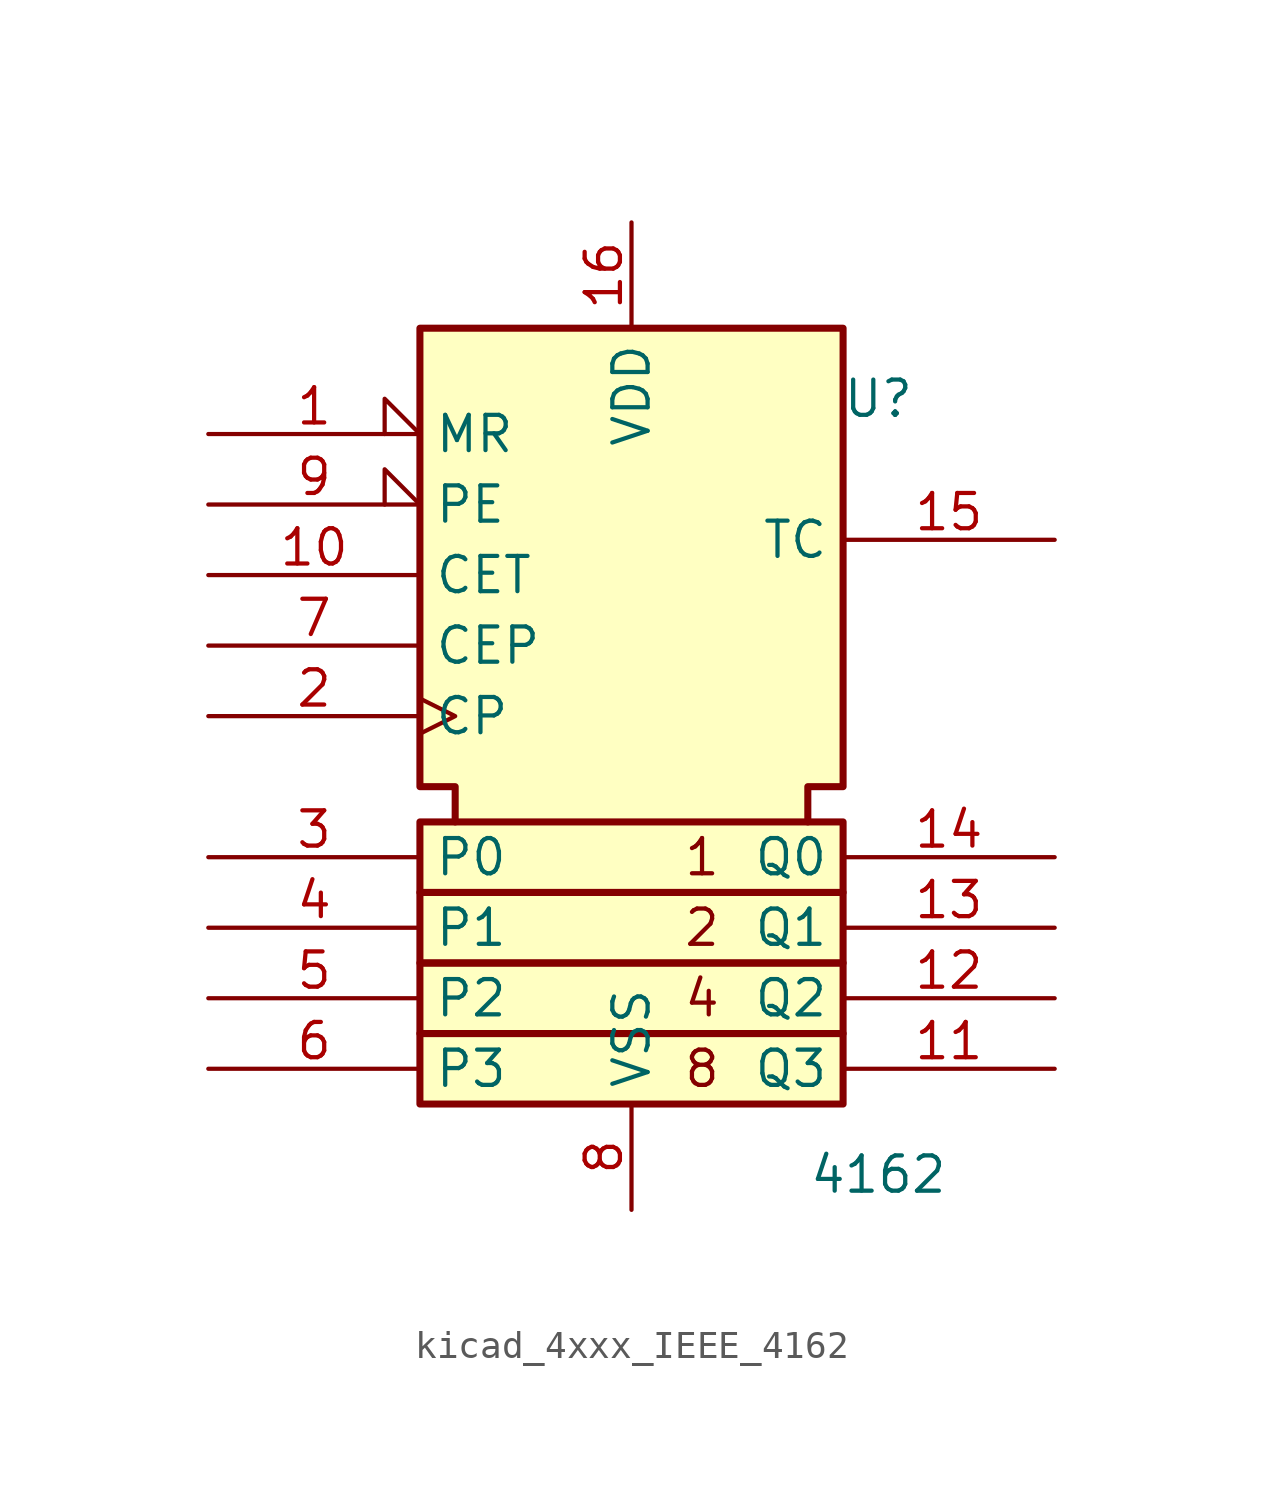
<source format=kicad_sym>
(kicad_symbol_lib
  (version 20220914)
  (generator kicad_symbol_editor)
  (symbol "kicad_4xxx_IEEE_4162"
    (property "Reference" "U"
      (at 8.89 8.89 0)
      (effects (font (size 1.27 1.27))))
    (property "Value" "4162"
      (at 8.89 -19.05 0)
      (effects (font (size 1.27 1.27))))
    (symbol "kicad_4xxx_IEEE_4162_0_0"
      (rectangle (start -7.62 -13.97) (end 7.62 -16.51) (stroke (width 0.254) (type default)) (fill (type background)))
      (rectangle (start -7.62 -11.43) (end 7.62 -13.97) (stroke (width 0.254) (type default)) (fill (type background)))
      (rectangle (start -7.62 -8.89) (end 7.62 -11.43) (stroke (width 0.254) (type default)) (fill (type background)))
      (rectangle (start -7.62 -6.35) (end 7.62 -8.89) (stroke (width 0.254) (type default)) (fill (type background)))
      (polyline (pts (xy -6.35 -6.35) (xy -6.35 -5.08) (xy -7.62 -5.08) (xy -7.62 11.43) (xy 7.62 11.43) (xy 7.62 -5.08) (xy 6.35 -5.08) (xy 6.35 -6.35) (xy 6.35 -6.35)) (stroke (width 0.254) (type default)) (fill (type background)))
      (text "1" (at 2.54 -7.62 0) (effects (font (size 1.27 1.27))))
      (text "2" (at 2.54 -10.16 0) (effects (font (size 1.27 1.27))))
      (text "4" (at 2.54 -12.7 0) (effects (font (size 1.27 1.27))))
      (text "8" (at 2.54 -15.24 0) (effects (font (size 1.27 1.27)))))
    (symbol "kicad_4xxx_IEEE_4162_1_1"
      (pin input input_low (at -15.24 7.62 0) (length 7.62) (name "MR" (effects (font (size 1.27 1.27)))) (number "1" (effects (font (size 1.27 1.27)))))
      (pin input line (at -15.24 2.54 0) (length 7.62) (name "CET" (effects (font (size 1.27 1.27)))) (number "10" (effects (font (size 1.27 1.27)))))
      (pin output line (at 15.24 -15.24 180) (length 7.62) (name "Q3" (effects (font (size 1.27 1.27)))) (number "11" (effects (font (size 1.27 1.27)))))
      (pin output line (at 15.24 -12.7 180) (length 7.62) (name "Q2" (effects (font (size 1.27 1.27)))) (number "12" (effects (font (size 1.27 1.27)))))
      (pin output line (at 15.24 -10.16 180) (length 7.62) (name "Q1" (effects (font (size 1.27 1.27)))) (number "13" (effects (font (size 1.27 1.27)))))
      (pin output line (at 15.24 -7.62 180) (length 7.62) (name "Q0" (effects (font (size 1.27 1.27)))) (number "14" (effects (font (size 1.27 1.27)))))
      (pin output line (at 15.24 3.81 180) (length 7.62) (name "TC" (effects (font (size 1.27 1.27)))) (number "15" (effects (font (size 1.27 1.27)))))
      (pin power_in line (at 0 15.24 270) (length 3.81) (name "VDD" (effects (font (size 1.27 1.27)))) (number "16" (effects (font (size 1.27 1.27)))))
      (pin input clock (at -15.24 -2.54 0) (length 7.62) (name "CP" (effects (font (size 1.27 1.27)))) (number "2" (effects (font (size 1.27 1.27)))))
      (pin input line (at -15.24 -7.62 0) (length 7.62) (name "P0" (effects (font (size 1.27 1.27)))) (number "3" (effects (font (size 1.27 1.27)))))
      (pin input line (at -15.24 -10.16 0) (length 7.62) (name "P1" (effects (font (size 1.27 1.27)))) (number "4" (effects (font (size 1.27 1.27)))))
      (pin input line (at -15.24 -12.7 0) (length 7.62) (name "P2" (effects (font (size 1.27 1.27)))) (number "5" (effects (font (size 1.27 1.27)))))
      (pin input line (at -15.24 -15.24 0) (length 7.62) (name "P3" (effects (font (size 1.27 1.27)))) (number "6" (effects (font (size 1.27 1.27)))))
      (pin input line (at -15.24 0 0) (length 7.62) (name "CEP" (effects (font (size 1.27 1.27)))) (number "7" (effects (font (size 1.27 1.27)))))
      (pin power_in line (at 0 -20.32 90) (length 3.81) (name "VSS" (effects (font (size 1.27 1.27)))) (number "8" (effects (font (size 1.27 1.27)))))
      (pin input input_low (at -15.24 5.08 0) (length 7.62) (name "PE" (effects (font (size 1.27 1.27)))) (number "9" (effects (font (size 1.27 1.27))))))))
</source>
